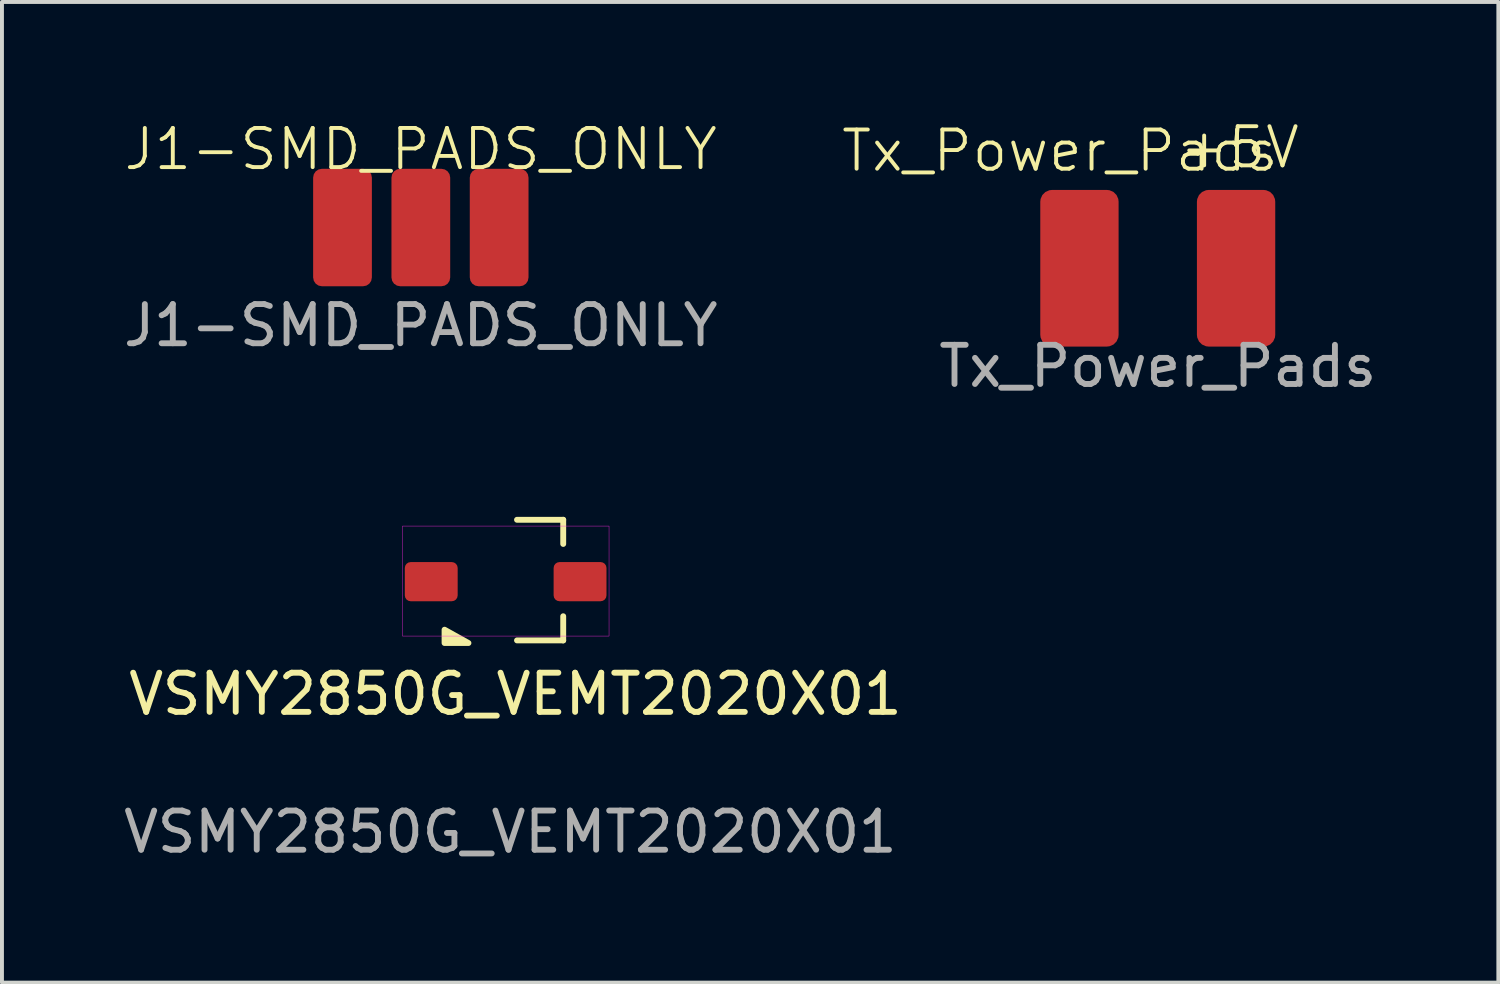
<source format=kicad_pcb>
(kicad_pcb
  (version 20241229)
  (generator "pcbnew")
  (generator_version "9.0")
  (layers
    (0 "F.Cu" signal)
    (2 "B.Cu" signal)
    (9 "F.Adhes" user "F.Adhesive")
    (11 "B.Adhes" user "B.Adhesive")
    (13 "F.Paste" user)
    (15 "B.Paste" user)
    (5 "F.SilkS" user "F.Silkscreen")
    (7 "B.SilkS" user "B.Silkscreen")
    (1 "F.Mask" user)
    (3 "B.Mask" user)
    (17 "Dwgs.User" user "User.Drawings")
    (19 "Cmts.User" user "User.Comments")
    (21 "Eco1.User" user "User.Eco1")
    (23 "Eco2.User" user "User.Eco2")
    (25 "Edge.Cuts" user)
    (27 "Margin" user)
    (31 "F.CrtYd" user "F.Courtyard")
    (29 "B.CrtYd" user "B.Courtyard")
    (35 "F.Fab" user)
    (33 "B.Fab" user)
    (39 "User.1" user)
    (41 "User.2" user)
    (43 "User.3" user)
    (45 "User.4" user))
  (footprint "Tx_Power_Pads"
    (layer "F.Cu")
    (at 26.514 3.8)
    (property "Reference" "Tx_Power_Pads" (at -2.5 -3 0) (unlocked yes) (layer "F.SilkS") (effects (font (size 1 1) (thickness 0.1))))
    (attr smd)
    (fp_text user "+5V" (at 0.5 -2.5 0) (unlocked yes) (layer "F.SilkS") (effects (font (size 1 1) (thickness 0.1)) (justify left bottom)))
    (fp_text user "${REFERENCE}" (at 0 2.5 0) (unlocked yes) (layer "F.Fab") (effects (font (size 1 1) (thickness 0.15))))
    (pad "1" smd roundrect (at -2 0 90) (size 4 2) (layers "F.Cu" "F.Mask" "F.Paste") (roundrect_rratio 0.15))
    (pad "2" smd roundrect (at 2 0 90) (size 4 2) (layers "F.Cu" "F.Mask" "F.Paste") (roundrect_rratio 0.15)))
  (footprint "J1-SMD_PADS_ONLY"
    (layer "F.Cu")
    (at 7.696 2.76)
    (property "Reference" "J1-SMD_PADS_ONLY" (at 0 -2 0) (unlocked yes) (layer "F.SilkS") (effects (font (size 1 1) (thickness 0.1))))
    (attr smd)
    (fp_text user "${REFERENCE}" (at 0 2.5 0) (unlocked yes) (layer "F.Fab") (effects (font (size 1 1) (thickness 0.15))))
    (pad "1" smd roundrect (at 2 0 90) (size 3 1.5) (layers "F.Cu" "F.Mask" "F.Paste") (roundrect_rratio 0.15))
    (pad "2" smd roundrect (at 0 0 90) (size 3 1.5) (layers "F.Cu" "F.Mask" "F.Paste") (roundrect_rratio 0.15))
    (pad "3" smd roundrect (at -2 0 90) (size 3 1.5) (layers "F.Cu" "F.Mask" "F.Paste") (roundrect_rratio 0.15)))
  (footprint "VSMY2850G_VEMT2020X01"
    (layer "F.Cu")
    (at 9.862 11.803)
    (property "Reference" "VSMY2850G_VEMT2020X01" (at 0.25 2.87 0) (unlocked yes) (layer "F.SilkS") (effects (font (size 1 1) (thickness 0.15))))
    (attr smd)
    (fp_line (start 0.29 -1.58) (end 1.47 -1.58) (stroke (width 0.15) (type default)) (layer "F.SilkS"))
    (fp_line (start 0.29 1.5) (end 1.47 1.5) (stroke (width 0.15) (type default)) (layer "F.SilkS"))
    (fp_line (start 1.47 -1.58) (end 1.47 -0.963) (stroke (width 0.15) (type solid)) (layer "F.SilkS"))
    (fp_line (start 1.47 1.5) (end 1.47 0.883) (stroke (width 0.15) (type solid)) (layer "F.SilkS"))
    (fp_poly (pts (xy -1.56 1.227) (xy -1.56 1.567) (xy -0.95 1.567)) (stroke (width 0.15) (type solid)) (fill yes) (layer "F.SilkS"))
    (fp_rect (start -2.635 -1.42) (end 2.64 1.39) (stroke (width 0.01) (type solid)) (fill no) (layer "F.CrtYd"))
    (fp_line (start -2.041 -0.25) (end -2.041 0.25) (stroke (width 0.25) (type default)) (layer "User.1"))
    (fp_line (start -2.037 0.25) (end -2.037 -0.25) (stroke (width 0.25) (type default)) (layer "User.1"))
    (fp_line (start -1.981 -0.25) (end -2.041 -0.25) (stroke (width 0.25) (type default)) (layer "User.1"))
    (fp_line (start -1.981 0.25) (end -2.037 0.25) (stroke (width 0.25) (type default)) (layer "User.1"))
    (fp_line (start -1.981 0.25) (end -1.981 -0.25) (stroke (width 0.25) (type default)) (layer "User.1"))
    (fp_line (start -1.834 -0.25) (end -1.981 -0.25) (stroke (width 0.25) (type default)) (layer "User.1"))
    (fp_line (start -1.834 0.25) (end -1.981 0.25) (stroke (width 0.25) (type default)) (layer "User.1"))
    (fp_line (start -1.728 -0.25) (end -1.834 -0.25) (stroke (width 0.25) (type default)) (layer "User.1"))
    (fp_line (start -1.728 0.25) (end -1.834 0.25) (stroke (width 0.25) (type default)) (layer "User.1"))
    (fp_line (start -1.652 -0.25) (end -1.728 -0.25) (stroke (width 0.25) (type default)) (layer "User.1"))
    (fp_line (start -1.652 0.25) (end -1.728 0.25) (stroke (width 0.25) (type default)) (layer "User.1"))
    (fp_line (start -1.599 -0.25) (end -1.652 -0.25) (stroke (width 0.25) (type default)) (layer "User.1"))
    (fp_line (start -1.599 0.25) (end -1.652 0.25) (stroke (width 0.25) (type default)) (layer "User.1"))
    (fp_line (start -1.538 -0.25) (end -1.599 -0.25) (stroke (width 0.25) (type default)) (layer "User.1"))
    (fp_line (start -1.538 0.25) (end -1.599 0.25) (stroke (width 0.25) (type default)) (layer "User.1"))
    (fp_line (start -1.478 -0.25) (end -1.538 -0.25) (stroke (width 0.25) (type default)) (layer "User.1"))
    (fp_line (start -1.478 0.25) (end -1.538 0.25) (stroke (width 0.25) (type default)) (layer "User.1"))
    (fp_line (start -1.419 -0.25) (end -1.478 -0.25) (stroke (width 0.25) (type default)) (layer "User.1"))
    (fp_line (start -1.419 0.25) (end -1.478 0.25) (stroke (width 0.25) (type default)) (layer "User.1"))
    (fp_line (start -1.325 0.25) (end -1.419 0.25) (stroke (width 0.25) (type default)) (layer "User.1"))
    (fp_line (start -1.187 -0.25) (end -1.325 -0.25) (stroke (width 0.25) (type default)) (layer "User.1"))
    (fp_line (start -1.187 0.25) (end -1.325 0.25) (stroke (width 0.25) (type default)) (layer "User.1"))
    (fp_line (start -1.15 -1.15) (end -1.15 -0.25) (stroke (width 0.25) (type default)) (layer "User.1"))
    (fp_line (start -1.15 -1.15) (end -1.108 -1.108) (stroke (width 0.25) (type default)) (layer "User.1"))
    (fp_line (start -1.15 -0.25) (end -1.981 -0.25) (stroke (width 0.25) (type default)) (layer "User.1"))
    (fp_line (start -1.15 -0.25) (end -1.419 -0.25) (stroke (width 0.25) (type default)) (layer "User.1"))
    (fp_line (start -1.15 0.25) (end -1.15 1.15) (stroke (width 0.25) (type default)) (layer "User.1"))
    (fp_line (start -1.15 1.15) (end 1.15 1.15) (stroke (width 0.25) (type default)) (layer "User.1"))
    (fp_line (start -1.132 1.132) (end -1.15 1.15) (stroke (width 0.25) (type default)) (layer "User.1"))
    (fp_line (start -1.132 1.132) (end -1.113 0.643) (stroke (width 0.25) (type default)) (layer "User.1"))
    (fp_line (start -1.131 -0.25) (end -1.187 -0.25) (stroke (width 0.25) (type default)) (layer "User.1"))
    (fp_line (start -1.131 -0.25) (end -1.131 0.25) (stroke (width 0.25) (type default)) (layer "User.1"))
    (fp_line (start -1.131 0.25) (end -1.187 0.25) (stroke (width 0.25) (type default)) (layer "User.1"))
    (fp_line (start -1.113 0.643) (end -1.15 0.25) (stroke (width 0.25) (type default)) (layer "User.1"))
    (fp_line (start -1.108 -1.108) (end -1.15 -1.15) (stroke (width 0.25) (type default)) (layer "User.1"))
    (fp_line (start -1.108 -1.108) (end -1.108 0.648) (stroke (width 0.25) (type default)) (layer "User.1"))
    (fp_line (start -1.108 0.648) (end -0.643 1.113) (stroke (width 0.25) (type default)) (layer "User.1"))
    (fp_line (start -0.648 1.108) (end 1.108 1.108) (stroke (width 0.25) (type default)) (layer "User.1"))
    (fp_line (start -0.643 1.113) (end -1.132 1.132) (stroke (width 0.25) (type default)) (layer "User.1"))
    (fp_line (start 1.108 -1.15) (end -1.15 -1.15) (stroke (width 0.25) (type default)) (layer "User.1"))
    (fp_line (start 1.108 -1.108) (end -1.108 -1.108) (stroke (width 0.25) (type default)) (layer "User.1"))
    (fp_line (start 1.108 -1.108) (end 1.15 -1.15) (stroke (width 0.25) (type default)) (layer "User.1"))
    (fp_line (start 1.108 1.108) (end 1.108 -1.15) (stroke (width 0.25) (type default)) (layer "User.1"))
    (fp_line (start 1.108 1.108) (end 1.15 1.15) (stroke (width 0.25) (type default)) (layer "User.1"))
    (fp_line (start 1.131 -0.25) (end 1.187 -0.25) (stroke (width 0.25) (type default)) (layer "User.1"))
    (fp_line (start 1.131 0.25) (end 1.131 -0.25) (stroke (width 0.25) (type default)) (layer "User.1"))
    (fp_line (start 1.131 0.25) (end 1.187 0.25) (stroke (width 0.25) (type default)) (layer "User.1"))
    (fp_line (start 1.15 -0.25) (end 1.15 -1.15) (stroke (width 0.25) (type default)) (layer "User.1"))
    (fp_line (start 1.15 0.25) (end 0.9 0) (stroke (width 0.25) (type default)) (layer "User.1"))
    (fp_line (start 1.15 1.15) (end 1.108 1.108) (stroke (width 0.25) (type default)) (layer "User.1"))
    (fp_line (start 1.15 1.15) (end 1.15 0.25) (stroke (width 0.25) (type default)) (layer "User.1"))
    (fp_line (start 1.187 -0.25) (end 1.325 -0.25) (stroke (width 0.25) (type default)) (layer "User.1"))
    (fp_line (start 1.187 0.25) (end 1.325 0.25) (stroke (width 0.25) (type default)) (layer "User.1"))
    (fp_line (start 1.325 -0.25) (end 1.419 -0.25) (stroke (width 0.25) (type default)) (layer "User.1"))
    (fp_line (start 1.325 0.25) (end 1.419 0.25) (stroke (width 0.25) (type default)) (layer "User.1"))
    (fp_line (start 1.419 -0.25) (end 1.478 -0.25) (stroke (width 0.25) (type default)) (layer "User.1"))
    (fp_line (start 1.419 0.25) (end 1.478 0.25) (stroke (width 0.25) (type default)) (layer "User.1"))
    (fp_line (start 1.478 -0.25) (end 1.538 -0.25) (stroke (width 0.25) (type default)) (layer "User.1"))
    (fp_line (start 1.478 0.25) (end 1.538 0.25) (stroke (width 0.25) (type default)) (layer "User.1"))
    (fp_line (start 1.538 -0.25) (end 1.599 -0.25) (stroke (width 0.25) (type default)) (layer "User.1"))
    (fp_line (start 1.538 0.25) (end 1.599 0.25) (stroke (width 0.25) (type default)) (layer "User.1"))
    (fp_line (start 1.599 -0.25) (end 1.652 -0.25) (stroke (width 0.25) (type default)) (layer "User.1"))
    (fp_line (start 1.599 -0.25) (end 1.981 -0.25) (stroke (width 0.25) (type default)) (layer "User.1"))
    (fp_line (start 1.599 0.25) (end 1.652 0.25) (stroke (width 0.25) (type default)) (layer "User.1"))
    (fp_line (start 1.652 -0.25) (end 1.728 -0.25) (stroke (width 0.25) (type default)) (layer "User.1"))
    (fp_line (start 1.652 0.25) (end 1.728 0.25) (stroke (width 0.25) (type default)) (layer "User.1"))
    (fp_line (start 1.728 -0.25) (end 1.834 -0.25) (stroke (width 0.25) (type default)) (layer "User.1"))
    (fp_line (start 1.728 0.25) (end 1.834 0.25) (stroke (width 0.25) (type default)) (layer "User.1"))
    (fp_line (start 1.834 -0.25) (end 1.981 -0.25) (stroke (width 0.25) (type default)) (layer "User.1"))
    (fp_line (start 1.834 0.25) (end 1.981 0.25) (stroke (width 0.25) (type default)) (layer "User.1"))
    (fp_line (start 1.981 -0.25) (end 1.981 0.25) (stroke (width 0.25) (type default)) (layer "User.1"))
    (fp_line (start 1.981 -0.25) (end 2.041 -0.25) (stroke (width 0.25) (type default)) (layer "User.1"))
    (fp_line (start 1.981 0.25) (end 2.037 0.25) (stroke (width 0.25) (type default)) (layer "User.1"))
    (fp_line (start 2.037 -0.25) (end 1.15 -0.25) (stroke (width 0.25) (type default)) (layer "User.1"))
    (fp_line (start 2.037 -0.25) (end 2.037 0.25) (stroke (width 0.25) (type default)) (layer "User.1"))
    (fp_line (start 2.041 0.25) (end 2.041 -0.25) (stroke (width 0.25) (type default)) (layer "User.1"))
    (fp_circle (center 0 0) (end 0.9 0) (stroke (width 0.25) (type default)) (fill no) (layer "User.1"))
    (fp_text user "${REFERENCE}" (at 0.12 6.39 0) (unlocked yes) (layer "F.Fab") (effects (font (size 1 1) (thickness 0.15))))
    (pad "1" smd roundrect (at 1.9 0) (size 1.35 1) (layers "F.Cu" "F.Mask" "F.Paste") (roundrect_rratio 0.15))
    (pad "2" smd roundrect (at -1.9 0) (size 1.35 1) (layers "F.Cu" "F.Mask" "F.Paste") (roundrect_rratio 0.15)))
  (gr_rect
    (start -3 -3)
    (end 35.211 22.041)
    (stroke (width 0.1) (type default))
    (fill no)
    (layer "Edge.Cuts")))
</source>
